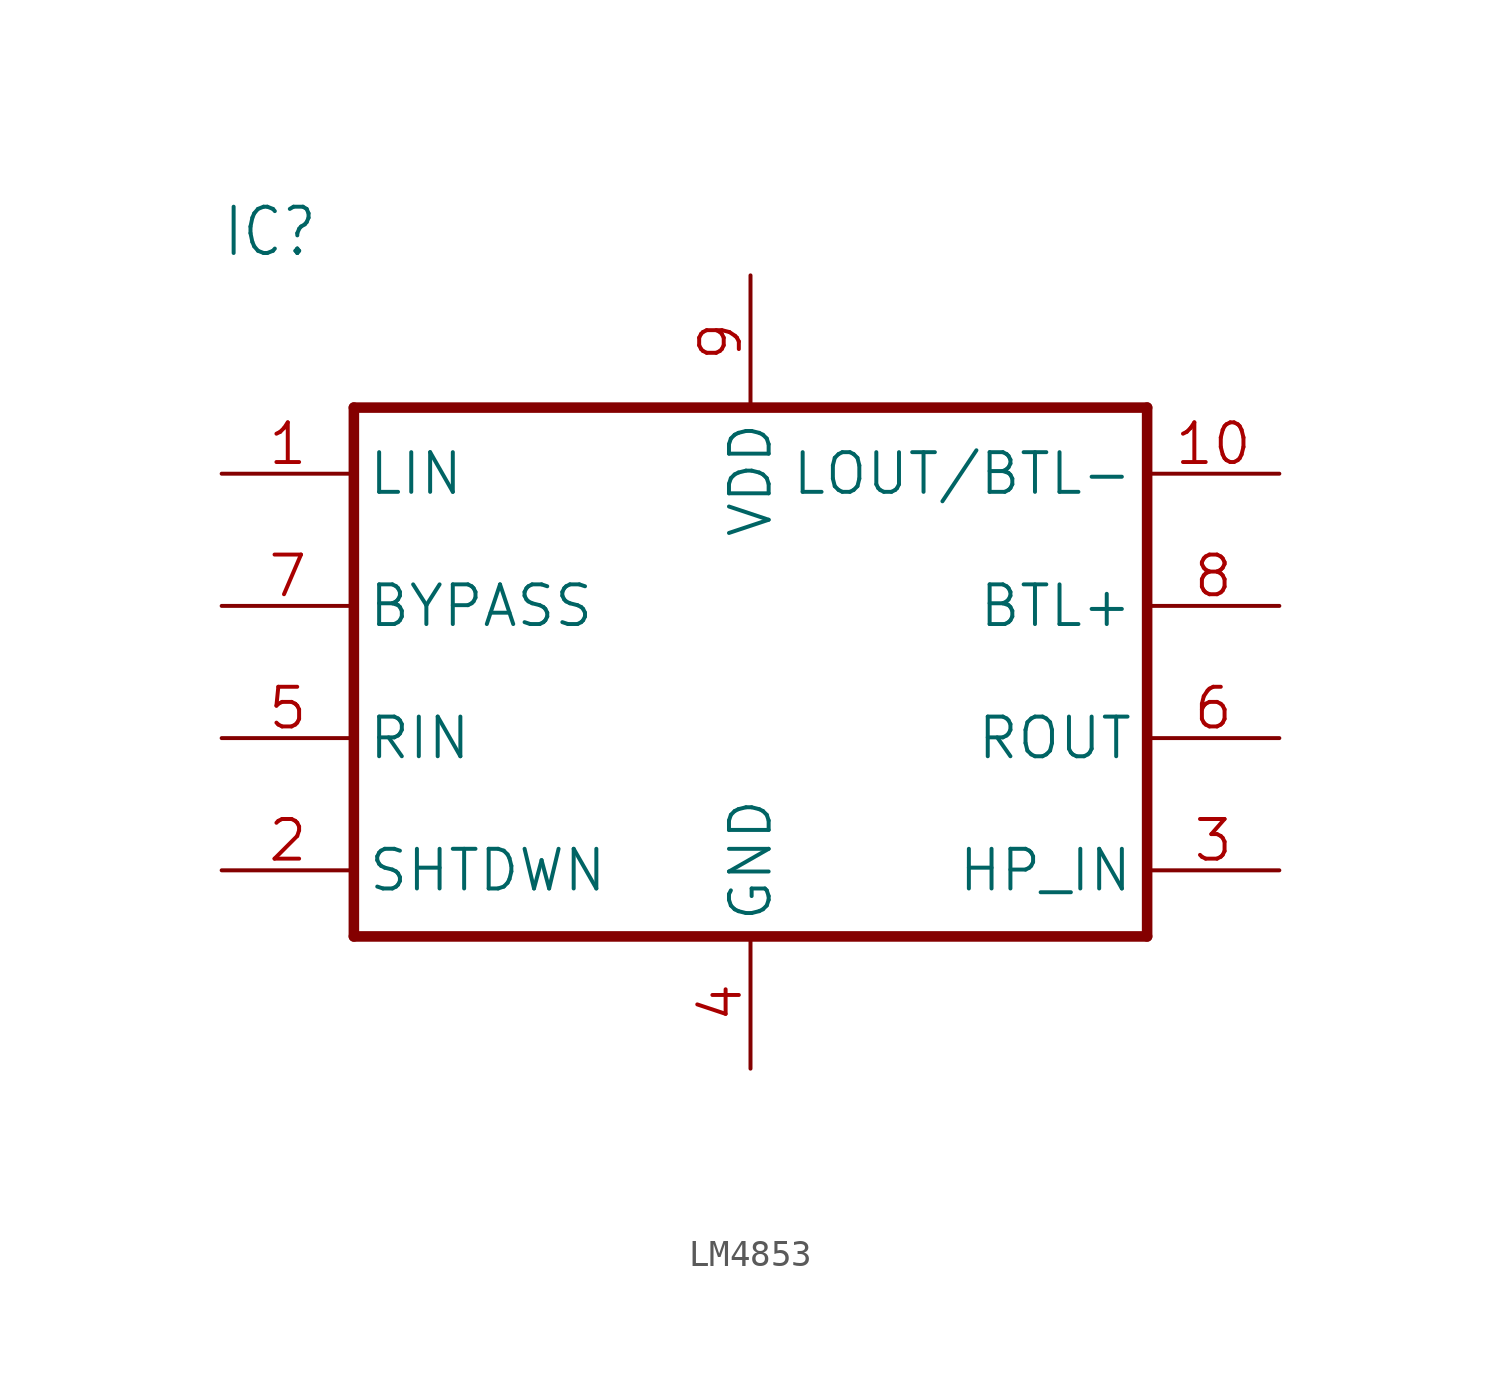
<source format=kicad_sym>
(kicad_symbol_lib
  (version 20241209)
  (generator "kicad_symbol_editor")
  (generator_version "9.0")
  (symbol "LM4853"
    (property "Reference" "IC"
      (at -20.32 15.875 0)
      (effects (font (size 1.778 1.511)) (justify left bottom)))
    (property "Value" ""
      (at -20.32 -17.78 0)
      (effects (font (size 1.778 1.511)) (justify left bottom)))
    (property "ki_locked" ""
      (at 0 0 0)
      (effects (font (size 1.27 1.27))))
    (symbol "LM4853_1_0"
      (polyline (pts (xy -15.24 10.16) (xy 15.24 10.16)) (stroke (width 0.406) (type solid)) (fill (type none)))
      (polyline (pts (xy -15.24 -10.16) (xy -15.24 10.16)) (stroke (width 0.406) (type solid)) (fill (type none)))
      (polyline (pts (xy 15.24 10.16) (xy 15.24 -10.16)) (stroke (width 0.406) (type solid)) (fill (type none)))
      (polyline (pts (xy 15.24 -10.16) (xy -15.24 -10.16)) (stroke (width 0.406) (type solid)) (fill (type none)))
      (pin input line (at -20.32 7.62 0) (length 5.08) (name "LIN" (effects (font (size 1.524 1.524)))) (number "1" (effects (font (size 1.524 1.524)))))
      (pin bidirectional line (at -20.32 2.54 0) (length 5.08) (name "BYPASS" (effects (font (size 1.524 1.524)))) (number "7" (effects (font (size 1.524 1.524)))))
      (pin input line (at -20.32 -2.54 0) (length 5.08) (name "RIN" (effects (font (size 1.524 1.524)))) (number "5" (effects (font (size 1.524 1.524)))))
      (pin input line (at -20.32 -7.62 0) (length 5.08) (name "SHTDWN" (effects (font (size 1.524 1.524)))) (number "2" (effects (font (size 1.524 1.524)))))
      (pin power_in line (at 0 15.24 270) (length 5.08) (name "VDD" (effects (font (size 1.524 1.524)))) (number "9" (effects (font (size 1.524 1.524)))))
      (pin power_in line (at 0 -15.24 90) (length 5.08) (name "GND" (effects (font (size 1.524 1.524)))) (number "4" (effects (font (size 1.524 1.524)))))
      (pin output line (at 20.32 7.62 180) (length 5.08) (name "LOUT/BTL-" (effects (font (size 1.524 1.524)))) (number "10" (effects (font (size 1.524 1.524)))))
      (pin output line (at 20.32 2.54 180) (length 5.08) (name "BTL+" (effects (font (size 1.524 1.524)))) (number "8" (effects (font (size 1.524 1.524)))))
      (pin output line (at 20.32 -2.54 180) (length 5.08) (name "ROUT" (effects (font (size 1.524 1.524)))) (number "6" (effects (font (size 1.524 1.524)))))
      (pin input line (at 20.32 -7.62 180) (length 5.08) (name "HP_IN" (effects (font (size 1.524 1.524)))) (number "3" (effects (font (size 1.524 1.524))))))))
</source>
